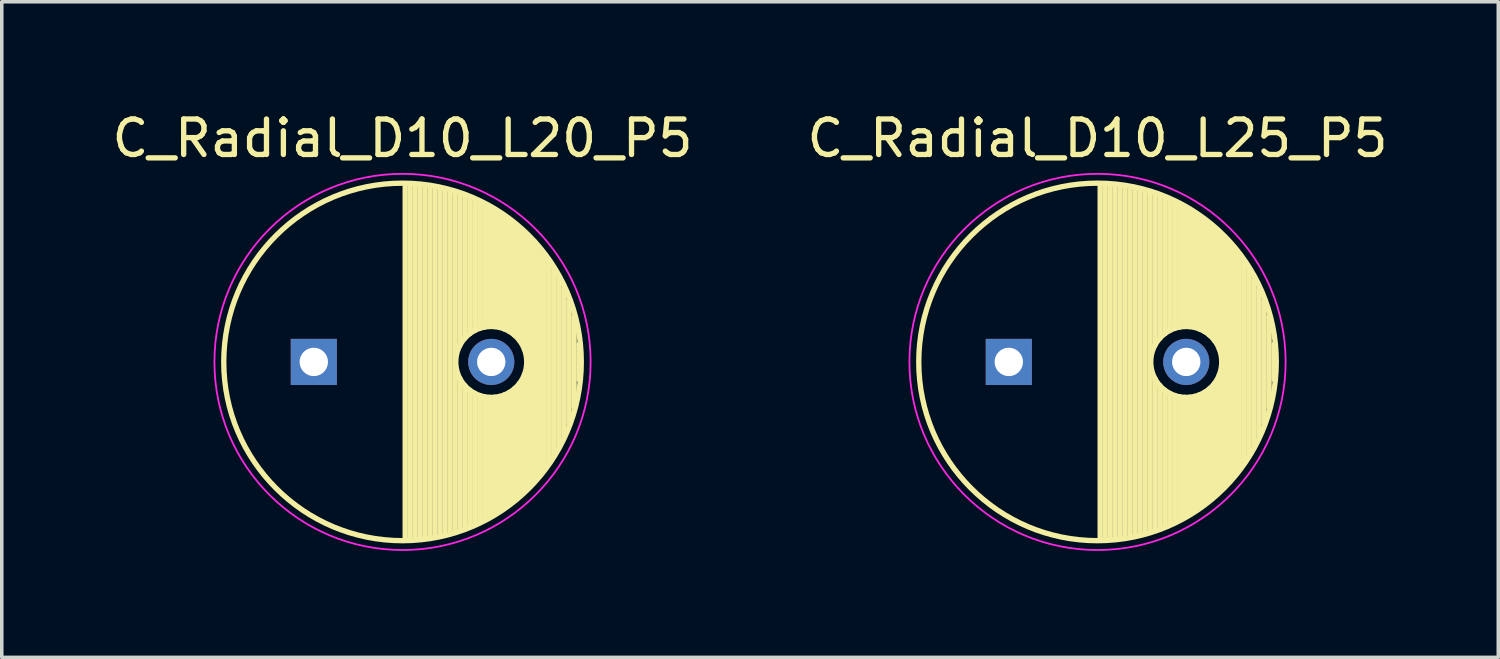
<source format=kicad_pcb>
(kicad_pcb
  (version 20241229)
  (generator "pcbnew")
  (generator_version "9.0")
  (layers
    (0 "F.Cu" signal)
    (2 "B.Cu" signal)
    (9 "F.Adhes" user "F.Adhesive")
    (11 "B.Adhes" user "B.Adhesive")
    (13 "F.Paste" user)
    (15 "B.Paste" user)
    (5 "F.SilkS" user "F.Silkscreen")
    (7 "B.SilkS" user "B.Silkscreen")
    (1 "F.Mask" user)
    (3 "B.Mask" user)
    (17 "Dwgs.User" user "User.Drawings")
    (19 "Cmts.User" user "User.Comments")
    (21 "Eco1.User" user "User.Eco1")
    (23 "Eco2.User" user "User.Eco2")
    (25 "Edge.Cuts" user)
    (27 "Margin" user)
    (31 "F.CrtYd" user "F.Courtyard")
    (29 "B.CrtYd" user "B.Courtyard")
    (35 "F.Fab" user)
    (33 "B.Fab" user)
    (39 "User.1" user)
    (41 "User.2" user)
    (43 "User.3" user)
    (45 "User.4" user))
  (footprint "C_Radial_D10_L25_P5"
    (layer "F.Cu")
    (at 25.375 7.148)
    (property "Reference" "C_Radial_D10_L25_P5" (at 2.5 -6.3 0) (layer "F.SilkS") (effects (font (size 1 1) (thickness 0.15))))
    (attr through_hole)
    (fp_line (start 2.575 -4.999) (end 2.575 4.999) (stroke (width 0.15) (type solid)) (layer "F.SilkS"))
    (fp_line (start 2.715 -4.995) (end 2.715 4.995) (stroke (width 0.15) (type solid)) (layer "F.SilkS"))
    (fp_line (start 2.855 -4.987) (end 2.855 4.987) (stroke (width 0.15) (type solid)) (layer "F.SilkS"))
    (fp_line (start 2.995 -4.975) (end 2.995 4.975) (stroke (width 0.15) (type solid)) (layer "F.SilkS"))
    (fp_line (start 3.135 -4.96) (end 3.135 4.96) (stroke (width 0.15) (type solid)) (layer "F.SilkS"))
    (fp_line (start 3.275 -4.94) (end 3.275 4.94) (stroke (width 0.15) (type solid)) (layer "F.SilkS"))
    (fp_line (start 3.415 -4.916) (end 3.415 4.916) (stroke (width 0.15) (type solid)) (layer "F.SilkS"))
    (fp_line (start 3.555 -4.887) (end 3.555 4.887) (stroke (width 0.15) (type solid)) (layer "F.SilkS"))
    (fp_line (start 3.695 -4.855) (end 3.695 4.855) (stroke (width 0.15) (type solid)) (layer "F.SilkS"))
    (fp_line (start 3.835 -4.818) (end 3.835 4.818) (stroke (width 0.15) (type solid)) (layer "F.SilkS"))
    (fp_line (start 3.975 -4.777) (end 3.975 4.777) (stroke (width 0.15) (type solid)) (layer "F.SilkS"))
    (fp_line (start 4.115 -4.732) (end 4.115 -0.466) (stroke (width 0.15) (type solid)) (layer "F.SilkS"))
    (fp_line (start 4.115 0.466) (end 4.115 4.732) (stroke (width 0.15) (type solid)) (layer "F.SilkS"))
    (fp_line (start 4.255 -4.682) (end 4.255 -0.667) (stroke (width 0.15) (type solid)) (layer "F.SilkS"))
    (fp_line (start 4.255 0.667) (end 4.255 4.682) (stroke (width 0.15) (type solid)) (layer "F.SilkS"))
    (fp_line (start 4.395 -4.627) (end 4.395 -0.796) (stroke (width 0.15) (type solid)) (layer "F.SilkS"))
    (fp_line (start 4.395 0.796) (end 4.395 4.627) (stroke (width 0.15) (type solid)) (layer "F.SilkS"))
    (fp_line (start 4.535 -4.567) (end 4.535 -0.885) (stroke (width 0.15) (type solid)) (layer "F.SilkS"))
    (fp_line (start 4.535 0.885) (end 4.535 4.567) (stroke (width 0.15) (type solid)) (layer "F.SilkS"))
    (fp_line (start 4.675 -4.502) (end 4.675 -0.946) (stroke (width 0.15) (type solid)) (layer "F.SilkS"))
    (fp_line (start 4.675 0.946) (end 4.675 4.502) (stroke (width 0.15) (type solid)) (layer "F.SilkS"))
    (fp_line (start 4.815 -4.432) (end 4.815 -0.983) (stroke (width 0.15) (type solid)) (layer "F.SilkS"))
    (fp_line (start 4.815 0.983) (end 4.815 4.432) (stroke (width 0.15) (type solid)) (layer "F.SilkS"))
    (fp_line (start 4.955 -4.356) (end 4.955 -0.999) (stroke (width 0.15) (type solid)) (layer "F.SilkS"))
    (fp_line (start 4.955 0.999) (end 4.955 4.356) (stroke (width 0.15) (type solid)) (layer "F.SilkS"))
    (fp_line (start 5.095 -4.274) (end 5.095 -0.995) (stroke (width 0.15) (type solid)) (layer "F.SilkS"))
    (fp_line (start 5.095 0.995) (end 5.095 4.274) (stroke (width 0.15) (type solid)) (layer "F.SilkS"))
    (fp_line (start 5.235 -4.186) (end 5.235 -0.972) (stroke (width 0.15) (type solid)) (layer "F.SilkS"))
    (fp_line (start 5.235 0.972) (end 5.235 4.186) (stroke (width 0.15) (type solid)) (layer "F.SilkS"))
    (fp_line (start 5.375 -4.091) (end 5.375 -0.927) (stroke (width 0.15) (type solid)) (layer "F.SilkS"))
    (fp_line (start 5.375 0.927) (end 5.375 4.091) (stroke (width 0.15) (type solid)) (layer "F.SilkS"))
    (fp_line (start 5.515 -3.989) (end 5.515 -0.857) (stroke (width 0.15) (type solid)) (layer "F.SilkS"))
    (fp_line (start 5.515 0.857) (end 5.515 3.989) (stroke (width 0.15) (type solid)) (layer "F.SilkS"))
    (fp_line (start 5.655 -3.879) (end 5.655 -0.756) (stroke (width 0.15) (type solid)) (layer "F.SilkS"))
    (fp_line (start 5.655 0.756) (end 5.655 3.879) (stroke (width 0.15) (type solid)) (layer "F.SilkS"))
    (fp_line (start 5.795 -3.761) (end 5.795 -0.607) (stroke (width 0.15) (type solid)) (layer "F.SilkS"))
    (fp_line (start 5.795 0.607) (end 5.795 3.761) (stroke (width 0.15) (type solid)) (layer "F.SilkS"))
    (fp_line (start 5.935 -3.633) (end 5.935 -0.355) (stroke (width 0.15) (type solid)) (layer "F.SilkS"))
    (fp_line (start 5.935 0.355) (end 5.935 3.633) (stroke (width 0.15) (type solid)) (layer "F.SilkS"))
    (fp_line (start 6.075 -3.496) (end 6.075 3.496) (stroke (width 0.15) (type solid)) (layer "F.SilkS"))
    (fp_line (start 6.215 -3.346) (end 6.215 3.346) (stroke (width 0.15) (type solid)) (layer "F.SilkS"))
    (fp_line (start 6.355 -3.184) (end 6.355 3.184) (stroke (width 0.15) (type solid)) (layer "F.SilkS"))
    (fp_line (start 6.495 -3.007) (end 6.495 3.007) (stroke (width 0.15) (type solid)) (layer "F.SilkS"))
    (fp_line (start 6.635 -2.811) (end 6.635 2.811) (stroke (width 0.15) (type solid)) (layer "F.SilkS"))
    (fp_line (start 6.775 -2.593) (end 6.775 2.593) (stroke (width 0.15) (type solid)) (layer "F.SilkS"))
    (fp_line (start 6.915 -2.347) (end 6.915 2.347) (stroke (width 0.15) (type solid)) (layer "F.SilkS"))
    (fp_line (start 7.055 -2.062) (end 7.055 2.062) (stroke (width 0.15) (type solid)) (layer "F.SilkS"))
    (fp_line (start 7.195 -1.72) (end 7.195 1.72) (stroke (width 0.15) (type solid)) (layer "F.SilkS"))
    (fp_line (start 7.335 -1.274) (end 7.335 1.274) (stroke (width 0.15) (type solid)) (layer "F.SilkS"))
    (fp_line (start 7.475 -0.499) (end 7.475 0.499) (stroke (width 0.15) (type solid)) (layer "F.SilkS"))
    (fp_circle (center 2.5 0) (end 2.5 -5.037) (stroke (width 0.15) (type solid)) (fill no) (layer "F.SilkS"))
    (fp_circle (center 5 0) (end 5 -1) (stroke (width 0.15) (type solid)) (fill no) (layer "F.SilkS"))
    (fp_circle (center 2.5 0) (end 2.5 -5.3) (stroke (width 0.05) (type solid)) (fill no) (layer "F.CrtYd"))
    (pad "1" thru_hole rect (at 0 0) (size 1.3 1.3) (drill 0.8) (layers "*.Cu" "*.Mask"))
    (pad "2" thru_hole circle (at 5 0) (size 1.3 1.3) (drill 0.8) (layers "*.Cu" "*.Mask")))
  (footprint "C_Radial_D10_L20_P5"
    (layer "F.Cu")
    (at 5.792 7.148)
    (property "Reference" "C_Radial_D10_L20_P5" (at 2.5 -6.3 0) (layer "F.SilkS") (effects (font (size 1 1) (thickness 0.15))))
    (attr through_hole)
    (fp_line (start 2.575 -4.999) (end 2.575 4.999) (stroke (width 0.15) (type solid)) (layer "F.SilkS"))
    (fp_line (start 2.715 -4.995) (end 2.715 4.995) (stroke (width 0.15) (type solid)) (layer "F.SilkS"))
    (fp_line (start 2.855 -4.987) (end 2.855 4.987) (stroke (width 0.15) (type solid)) (layer "F.SilkS"))
    (fp_line (start 2.995 -4.975) (end 2.995 4.975) (stroke (width 0.15) (type solid)) (layer "F.SilkS"))
    (fp_line (start 3.135 -4.96) (end 3.135 4.96) (stroke (width 0.15) (type solid)) (layer "F.SilkS"))
    (fp_line (start 3.275 -4.94) (end 3.275 4.94) (stroke (width 0.15) (type solid)) (layer "F.SilkS"))
    (fp_line (start 3.415 -4.916) (end 3.415 4.916) (stroke (width 0.15) (type solid)) (layer "F.SilkS"))
    (fp_line (start 3.555 -4.887) (end 3.555 4.887) (stroke (width 0.15) (type solid)) (layer "F.SilkS"))
    (fp_line (start 3.695 -4.855) (end 3.695 4.855) (stroke (width 0.15) (type solid)) (layer "F.SilkS"))
    (fp_line (start 3.835 -4.818) (end 3.835 4.818) (stroke (width 0.15) (type solid)) (layer "F.SilkS"))
    (fp_line (start 3.975 -4.777) (end 3.975 4.777) (stroke (width 0.15) (type solid)) (layer "F.SilkS"))
    (fp_line (start 4.115 -4.732) (end 4.115 -0.466) (stroke (width 0.15) (type solid)) (layer "F.SilkS"))
    (fp_line (start 4.115 0.466) (end 4.115 4.732) (stroke (width 0.15) (type solid)) (layer "F.SilkS"))
    (fp_line (start 4.255 -4.682) (end 4.255 -0.667) (stroke (width 0.15) (type solid)) (layer "F.SilkS"))
    (fp_line (start 4.255 0.667) (end 4.255 4.682) (stroke (width 0.15) (type solid)) (layer "F.SilkS"))
    (fp_line (start 4.395 -4.627) (end 4.395 -0.796) (stroke (width 0.15) (type solid)) (layer "F.SilkS"))
    (fp_line (start 4.395 0.796) (end 4.395 4.627) (stroke (width 0.15) (type solid)) (layer "F.SilkS"))
    (fp_line (start 4.535 -4.567) (end 4.535 -0.885) (stroke (width 0.15) (type solid)) (layer "F.SilkS"))
    (fp_line (start 4.535 0.885) (end 4.535 4.567) (stroke (width 0.15) (type solid)) (layer "F.SilkS"))
    (fp_line (start 4.675 -4.502) (end 4.675 -0.946) (stroke (width 0.15) (type solid)) (layer "F.SilkS"))
    (fp_line (start 4.675 0.946) (end 4.675 4.502) (stroke (width 0.15) (type solid)) (layer "F.SilkS"))
    (fp_line (start 4.815 -4.432) (end 4.815 -0.983) (stroke (width 0.15) (type solid)) (layer "F.SilkS"))
    (fp_line (start 4.815 0.983) (end 4.815 4.432) (stroke (width 0.15) (type solid)) (layer "F.SilkS"))
    (fp_line (start 4.955 -4.356) (end 4.955 -0.999) (stroke (width 0.15) (type solid)) (layer "F.SilkS"))
    (fp_line (start 4.955 0.999) (end 4.955 4.356) (stroke (width 0.15) (type solid)) (layer "F.SilkS"))
    (fp_line (start 5.095 -4.274) (end 5.095 -0.995) (stroke (width 0.15) (type solid)) (layer "F.SilkS"))
    (fp_line (start 5.095 0.995) (end 5.095 4.274) (stroke (width 0.15) (type solid)) (layer "F.SilkS"))
    (fp_line (start 5.235 -4.186) (end 5.235 -0.972) (stroke (width 0.15) (type solid)) (layer "F.SilkS"))
    (fp_line (start 5.235 0.972) (end 5.235 4.186) (stroke (width 0.15) (type solid)) (layer "F.SilkS"))
    (fp_line (start 5.375 -4.091) (end 5.375 -0.927) (stroke (width 0.15) (type solid)) (layer "F.SilkS"))
    (fp_line (start 5.375 0.927) (end 5.375 4.091) (stroke (width 0.15) (type solid)) (layer "F.SilkS"))
    (fp_line (start 5.515 -3.989) (end 5.515 -0.857) (stroke (width 0.15) (type solid)) (layer "F.SilkS"))
    (fp_line (start 5.515 0.857) (end 5.515 3.989) (stroke (width 0.15) (type solid)) (layer "F.SilkS"))
    (fp_line (start 5.655 -3.879) (end 5.655 -0.756) (stroke (width 0.15) (type solid)) (layer "F.SilkS"))
    (fp_line (start 5.655 0.756) (end 5.655 3.879) (stroke (width 0.15) (type solid)) (layer "F.SilkS"))
    (fp_line (start 5.795 -3.761) (end 5.795 -0.607) (stroke (width 0.15) (type solid)) (layer "F.SilkS"))
    (fp_line (start 5.795 0.607) (end 5.795 3.761) (stroke (width 0.15) (type solid)) (layer "F.SilkS"))
    (fp_line (start 5.935 -3.633) (end 5.935 -0.355) (stroke (width 0.15) (type solid)) (layer "F.SilkS"))
    (fp_line (start 5.935 0.355) (end 5.935 3.633) (stroke (width 0.15) (type solid)) (layer "F.SilkS"))
    (fp_line (start 6.075 -3.496) (end 6.075 3.496) (stroke (width 0.15) (type solid)) (layer "F.SilkS"))
    (fp_line (start 6.215 -3.346) (end 6.215 3.346) (stroke (width 0.15) (type solid)) (layer "F.SilkS"))
    (fp_line (start 6.355 -3.184) (end 6.355 3.184) (stroke (width 0.15) (type solid)) (layer "F.SilkS"))
    (fp_line (start 6.495 -3.007) (end 6.495 3.007) (stroke (width 0.15) (type solid)) (layer "F.SilkS"))
    (fp_line (start 6.635 -2.811) (end 6.635 2.811) (stroke (width 0.15) (type solid)) (layer "F.SilkS"))
    (fp_line (start 6.775 -2.593) (end 6.775 2.593) (stroke (width 0.15) (type solid)) (layer "F.SilkS"))
    (fp_line (start 6.915 -2.347) (end 6.915 2.347) (stroke (width 0.15) (type solid)) (layer "F.SilkS"))
    (fp_line (start 7.055 -2.062) (end 7.055 2.062) (stroke (width 0.15) (type solid)) (layer "F.SilkS"))
    (fp_line (start 7.195 -1.72) (end 7.195 1.72) (stroke (width 0.15) (type solid)) (layer "F.SilkS"))
    (fp_line (start 7.335 -1.274) (end 7.335 1.274) (stroke (width 0.15) (type solid)) (layer "F.SilkS"))
    (fp_line (start 7.475 -0.499) (end 7.475 0.499) (stroke (width 0.15) (type solid)) (layer "F.SilkS"))
    (fp_circle (center 2.5 0) (end 2.5 -5.037) (stroke (width 0.15) (type solid)) (fill no) (layer "F.SilkS"))
    (fp_circle (center 5 0) (end 5 -1) (stroke (width 0.15) (type solid)) (fill no) (layer "F.SilkS"))
    (fp_circle (center 2.5 0) (end 2.5 -5.3) (stroke (width 0.05) (type solid)) (fill no) (layer "F.CrtYd"))
    (pad "1" thru_hole rect (at 0 0) (size 1.3 1.3) (drill 0.8) (layers "*.Cu" "*.Mask"))
    (pad "2" thru_hole circle (at 5 0) (size 1.3 1.3) (drill 0.8) (layers "*.Cu" "*.Mask")))
  (gr_rect
    (start -3 -3)
    (end 39.167 15.473)
    (stroke (width 0.1) (type default))
    (fill no)
    (layer "Edge.Cuts")))
</source>
